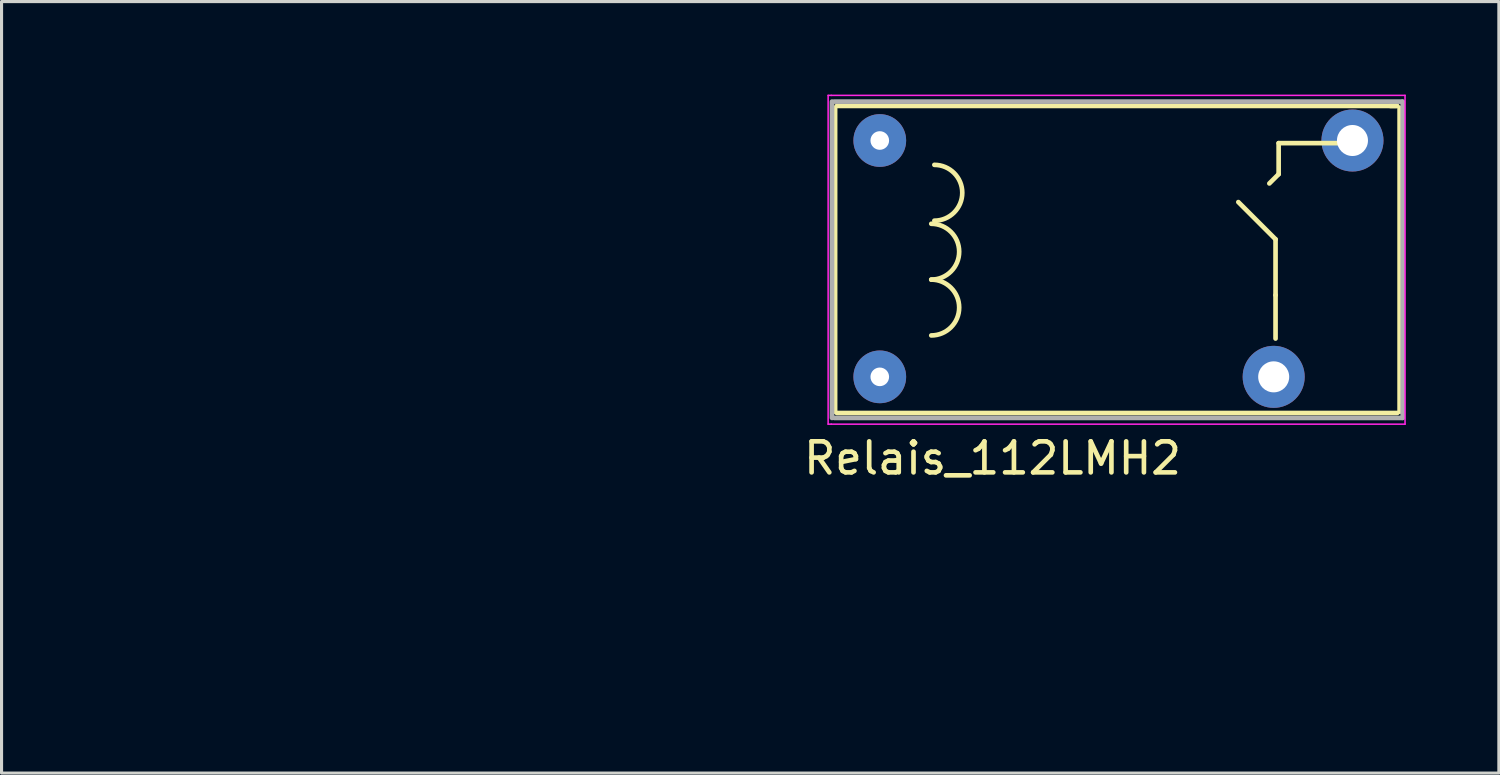
<source format=kicad_pcb>
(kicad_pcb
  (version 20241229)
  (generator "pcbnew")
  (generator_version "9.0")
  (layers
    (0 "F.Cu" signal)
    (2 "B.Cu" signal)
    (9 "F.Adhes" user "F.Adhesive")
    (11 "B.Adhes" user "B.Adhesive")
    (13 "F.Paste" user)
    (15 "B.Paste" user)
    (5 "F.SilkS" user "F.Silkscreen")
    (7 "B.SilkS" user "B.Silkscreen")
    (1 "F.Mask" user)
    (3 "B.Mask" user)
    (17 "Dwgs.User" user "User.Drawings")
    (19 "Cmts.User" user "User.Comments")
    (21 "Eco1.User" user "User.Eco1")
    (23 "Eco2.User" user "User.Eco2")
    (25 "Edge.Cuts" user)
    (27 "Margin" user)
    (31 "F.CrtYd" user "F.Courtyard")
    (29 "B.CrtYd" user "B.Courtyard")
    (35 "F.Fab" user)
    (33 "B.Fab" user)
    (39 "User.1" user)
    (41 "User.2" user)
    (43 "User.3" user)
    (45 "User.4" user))
  (footprint "Relais_112LMH2"
    (layer "F.Cu")
    (at 0.25 18.625)
    (property "Reference" "Relais_112LMH2" (at 28.7 -6.9 0) (layer "F.SilkS") (effects (font (size 1 1) (thickness 0.15))))
    (attr through_hole)
    (fp_line (start 23.625 -8.4) (end 23.625 -18.2) (stroke (width 0.15) (type solid)) (layer "F.SilkS"))
    (fp_line (start 23.68 -18.26) (end 41.75 -18.26) (stroke (width 0.15) (type solid)) (layer "F.SilkS"))
    (fp_line (start 37.625 -15.76) (end 37.925 -16.06) (stroke (width 0.15) (type solid)) (layer "F.SilkS"))
    (fp_line (start 37.825 -13.96) (end 36.625 -15.16) (stroke (width 0.15) (type solid)) (layer "F.SilkS"))
    (fp_line (start 37.825 -12.16) (end 37.825 -13.96) (stroke (width 0.15) (type solid)) (layer "F.SilkS"))
    (fp_line (start 37.825 -10.76) (end 37.825 -12.16) (stroke (width 0.15) (type solid)) (layer "F.SilkS"))
    (fp_line (start 37.925 -17.06) (end 37.925 -16.06) (stroke (width 0.15) (type solid)) (layer "F.SilkS"))
    (fp_line (start 40.325 -17.06) (end 37.925 -17.06) (stroke (width 0.15) (type solid)) (layer "F.SilkS"))
    (fp_line (start 41.525 -18.26) (end 41.725 -18.26) (stroke (width 0.15) (type solid)) (layer "F.SilkS"))
    (fp_line (start 41.75 -8.36) (end 23.68 -8.36) (stroke (width 0.15) (type solid)) (layer "F.SilkS"))
    (fp_line (start 41.825 -18.2) (end 41.825 -8.4) (stroke (width 0.15) (type solid)) (layer "F.SilkS"))
    (fp_arc (start 26.725 -14.46) (mid 27.625 -13.56) (end 26.725 -12.66) (stroke (width 0.15) (type solid)) (layer "F.SilkS"))
    (fp_arc (start 26.725 -12.66) (mid 27.625 -11.76) (end 26.725 -10.86) (stroke (width 0.15) (type solid)) (layer "F.SilkS"))
    (fp_arc (start 26.825 -16.36) (mid 27.725 -15.46) (end 26.825 -14.56) (stroke (width 0.15) (type solid)) (layer "F.SilkS"))
    (fp_line (start 23.4 -18.6) (end 23.5 -18.6) (stroke (width 0.05) (type solid)) (layer "F.CrtYd"))
    (fp_line (start 23.4 -8) (end 23.4 -18.6) (stroke (width 0.05) (type solid)) (layer "F.CrtYd"))
    (fp_line (start 23.5 -18.6) (end 42 -18.6) (stroke (width 0.05) (type solid)) (layer "F.CrtYd"))
    (fp_line (start 23.5 -8) (end 23.4 -8) (stroke (width 0.05) (type solid)) (layer "F.CrtYd"))
    (fp_line (start 42 -18.6) (end 42 -8) (stroke (width 0.05) (type solid)) (layer "F.CrtYd"))
    (fp_line (start 42 -8) (end 23.5 -8) (stroke (width 0.05) (type solid)) (layer "F.CrtYd"))
    (fp_line (start 23.525 -8.2) (end 23.525 -18.4) (stroke (width 0.15) (type solid)) (layer "F.Fab"))
    (fp_line (start 23.6 -18.4) (end 41.9 -18.4) (stroke (width 0.15) (type solid)) (layer "F.Fab"))
    (fp_line (start 41.9 -8.2) (end 23.6 -8.2) (stroke (width 0.15) (type solid)) (layer "F.Fab"))
    (fp_line (start 41.925 -18.4) (end 41.925 -8.2) (stroke (width 0.15) (type solid)) (layer "F.Fab"))
    (pad "b1" thru_hole circle (at 25.065 -9.525) (size 1.7 1.7) (drill 0.6) (layers "*.Cu" "*.Mask"))
    (pad "b2" thru_hole circle (at 25.065 -17.145) (size 1.7 1.7) (drill 0.6) (layers "*.Cu" "*.Mask"))
    (pad "c1" thru_hole circle (at 37.765 -9.525) (size 2 2) (drill 1) (layers "*.Cu" "*.Mask"))
    (pad "c2" thru_hole circle (at 40.305 -17.145) (size 2 2) (drill 1) (layers "*.Cu" "*.Mask")))
  (gr_rect
    (start -3 -3)
    (end 45.275 21.875)
    (stroke (width 0.1) (type default))
    (fill no)
    (layer "Edge.Cuts")))
</source>
